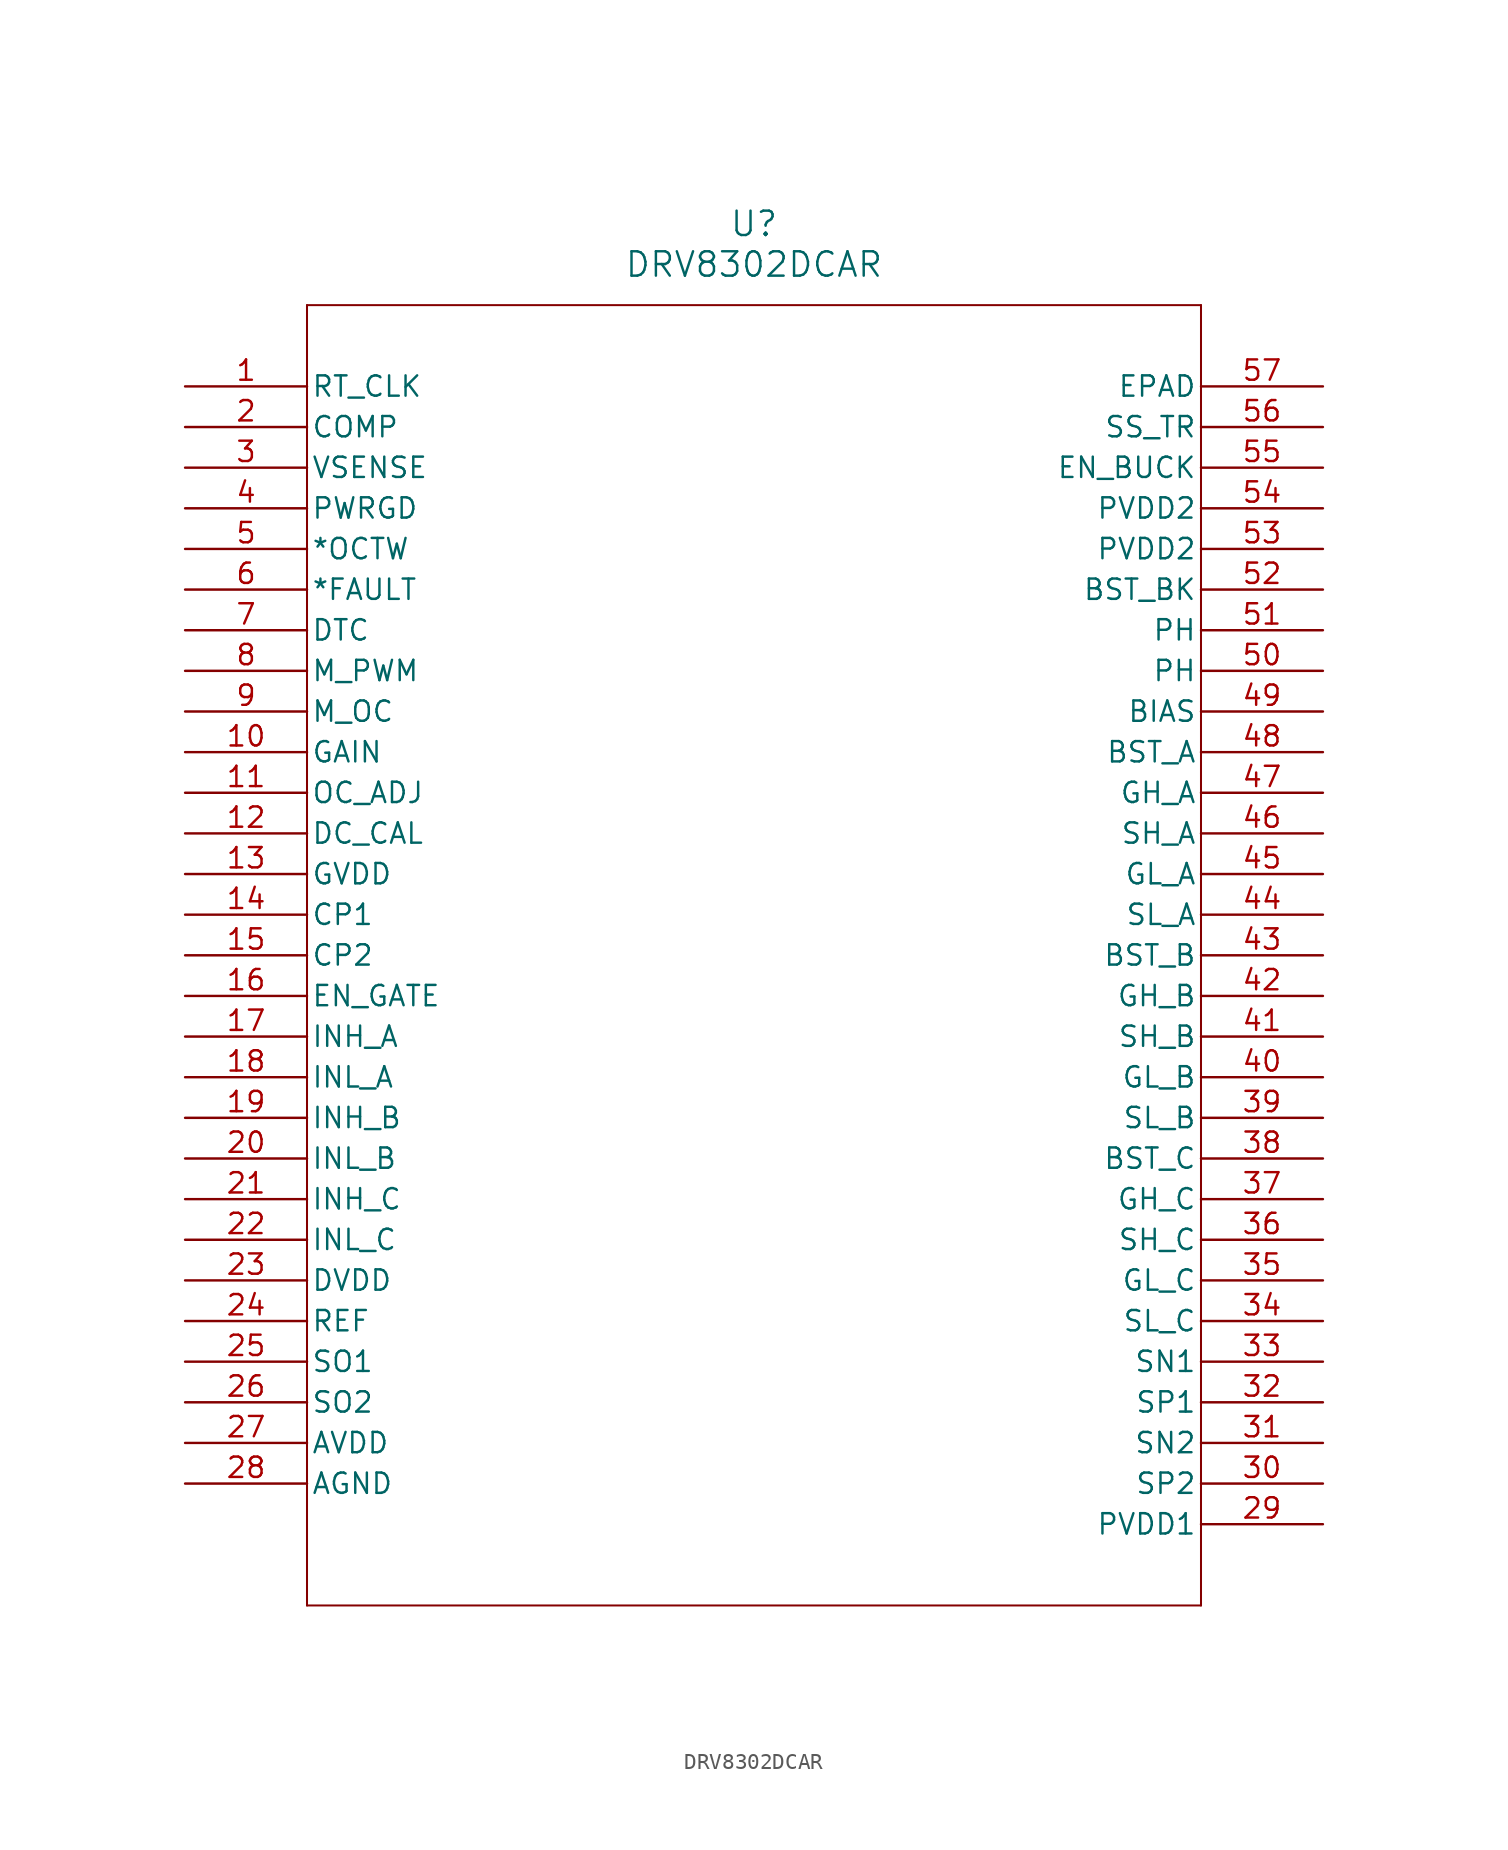
<source format=kicad_sym>
(kicad_symbol_lib
  (version 20211014)
  (generator kicad_symbol_editor)
  (symbol "DRV8302DCAR"
    (pin_names
      (offset 0.254))
    (property "Reference" "U"
      (at 35.56 10.16 0)
      (effects (font (size 1.524 1.524))))
    (property "Value" "DRV8302DCAR"
      (at 35.56 7.62 0)
      (effects (font (size 1.524 1.524))))
    (symbol "DRV8302DCAR_0_1"
      (polyline (pts (xy 7.62 5.08) (xy 7.62 -76.2)) (stroke (width 0.127) (type default) (color 0 0 0 0)) (fill (type none)))
      (polyline (pts (xy 7.62 -76.2) (xy 63.5 -76.2)) (stroke (width 0.127) (type default) (color 0 0 0 0)) (fill (type none)))
      (polyline (pts (xy 63.5 -76.2) (xy 63.5 5.08)) (stroke (width 0.127) (type default) (color 0 0 0 0)) (fill (type none)))
      (polyline (pts (xy 63.5 5.08) (xy 7.62 5.08)) (stroke (width 0.127) (type default) (color 0 0 0 0)) (fill (type none)))
      (pin input line (at 0 0 0) (length 7.62) (name "RT_CLK" (effects (font (size 1.27 1.27)))) (number "1" (effects (font (size 1.27 1.27)))))
      (pin output line (at 0 -2.54 0) (length 7.62) (name "COMP" (effects (font (size 1.27 1.27)))) (number "2" (effects (font (size 1.27 1.27)))))
      (pin input line (at 0 -5.08 0) (length 7.62) (name "VSENSE" (effects (font (size 1.27 1.27)))) (number "3" (effects (font (size 1.27 1.27)))))
      (pin input line (at 0 -7.62 0) (length 7.62) (name "PWRGD" (effects (font (size 1.27 1.27)))) (number "4" (effects (font (size 1.27 1.27)))))
      (pin output line (at 0 -10.16 0) (length 7.62) (name "*OCTW" (effects (font (size 1.27 1.27)))) (number "5" (effects (font (size 1.27 1.27)))))
      (pin output line (at 0 -12.7 0) (length 7.62) (name "*FAULT" (effects (font (size 1.27 1.27)))) (number "6" (effects (font (size 1.27 1.27)))))
      (pin input line (at 0 -15.24 0) (length 7.62) (name "DTC" (effects (font (size 1.27 1.27)))) (number "7" (effects (font (size 1.27 1.27)))))
      (pin input line (at 0 -17.78 0) (length 7.62) (name "M_PWM" (effects (font (size 1.27 1.27)))) (number "8" (effects (font (size 1.27 1.27)))))
      (pin input line (at 0 -20.32 0) (length 7.62) (name "M_OC" (effects (font (size 1.27 1.27)))) (number "9" (effects (font (size 1.27 1.27)))))
      (pin output line (at 0 -22.86 0) (length 7.62) (name "GAIN" (effects (font (size 1.27 1.27)))) (number "10" (effects (font (size 1.27 1.27)))))
      (pin input line (at 0 -25.4 0) (length 7.62) (name "OC_ADJ" (effects (font (size 1.27 1.27)))) (number "11" (effects (font (size 1.27 1.27)))))
      (pin input line (at 0 -27.94 0) (length 7.62) (name "DC_CAL" (effects (font (size 1.27 1.27)))) (number "12" (effects (font (size 1.27 1.27)))))
      (pin power_in line (at 0 -30.48 0) (length 7.62) (name "GVDD" (effects (font (size 1.27 1.27)))) (number "13" (effects (font (size 1.27 1.27)))))
      (pin power_in line (at 0 -33.02 0) (length 7.62) (name "CP1" (effects (font (size 1.27 1.27)))) (number "14" (effects (font (size 1.27 1.27)))))
      (pin power_in line (at 0 -35.56 0) (length 7.62) (name "CP2" (effects (font (size 1.27 1.27)))) (number "15" (effects (font (size 1.27 1.27)))))
      (pin input line (at 0 -38.1 0) (length 7.62) (name "EN_GATE" (effects (font (size 1.27 1.27)))) (number "16" (effects (font (size 1.27 1.27)))))
      (pin input line (at 0 -40.64 0) (length 7.62) (name "INH_A" (effects (font (size 1.27 1.27)))) (number "17" (effects (font (size 1.27 1.27)))))
      (pin input line (at 0 -43.18 0) (length 7.62) (name "INL_A" (effects (font (size 1.27 1.27)))) (number "18" (effects (font (size 1.27 1.27)))))
      (pin input line (at 0 -45.72 0) (length 7.62) (name "INH_B" (effects (font (size 1.27 1.27)))) (number "19" (effects (font (size 1.27 1.27)))))
      (pin input line (at 0 -48.26 0) (length 7.62) (name "INL_B" (effects (font (size 1.27 1.27)))) (number "20" (effects (font (size 1.27 1.27)))))
      (pin input line (at 0 -50.8 0) (length 7.62) (name "INH_C" (effects (font (size 1.27 1.27)))) (number "21" (effects (font (size 1.27 1.27)))))
      (pin input line (at 0 -53.34 0) (length 7.62) (name "INL_C" (effects (font (size 1.27 1.27)))) (number "22" (effects (font (size 1.27 1.27)))))
      (pin power_in line (at 0 -55.88 0) (length 7.62) (name "DVDD" (effects (font (size 1.27 1.27)))) (number "23" (effects (font (size 1.27 1.27)))))
      (pin input line (at 0 -58.42 0) (length 7.62) (name "REF" (effects (font (size 1.27 1.27)))) (number "24" (effects (font (size 1.27 1.27)))))
      (pin output line (at 0 -60.96 0) (length 7.62) (name "SO1" (effects (font (size 1.27 1.27)))) (number "25" (effects (font (size 1.27 1.27)))))
      (pin output line (at 0 -63.5 0) (length 7.62) (name "SO2" (effects (font (size 1.27 1.27)))) (number "26" (effects (font (size 1.27 1.27)))))
      (pin power_in line (at 0 -66.04 0) (length 7.62) (name "AVDD" (effects (font (size 1.27 1.27)))) (number "27" (effects (font (size 1.27 1.27)))))
      (pin power_in line (at 0 -68.58 0) (length 7.62) (name "AGND" (effects (font (size 1.27 1.27)))) (number "28" (effects (font (size 1.27 1.27)))))
      (pin power_in line (at 71.12 -71.12 180) (length 7.62) (name "PVDD1" (effects (font (size 1.27 1.27)))) (number "29" (effects (font (size 1.27 1.27)))))
      (pin input line (at 71.12 -68.58 180) (length 7.62) (name "SP2" (effects (font (size 1.27 1.27)))) (number "30" (effects (font (size 1.27 1.27)))))
      (pin input line (at 71.12 -66.04 180) (length 7.62) (name "SN2" (effects (font (size 1.27 1.27)))) (number "31" (effects (font (size 1.27 1.27)))))
      (pin input line (at 71.12 -63.5 180) (length 7.62) (name "SP1" (effects (font (size 1.27 1.27)))) (number "32" (effects (font (size 1.27 1.27)))))
      (pin input line (at 71.12 -60.96 180) (length 7.62) (name "SN1" (effects (font (size 1.27 1.27)))) (number "33" (effects (font (size 1.27 1.27)))))
      (pin input line (at 71.12 -58.42 180) (length 7.62) (name "SL_C" (effects (font (size 1.27 1.27)))) (number "34" (effects (font (size 1.27 1.27)))))
      (pin output line (at 71.12 -55.88 180) (length 7.62) (name "GL_C" (effects (font (size 1.27 1.27)))) (number "35" (effects (font (size 1.27 1.27)))))
      (pin input line (at 71.12 -53.34 180) (length 7.62) (name "SH_C" (effects (font (size 1.27 1.27)))) (number "36" (effects (font (size 1.27 1.27)))))
      (pin output line (at 71.12 -50.8 180) (length 7.62) (name "GH_C" (effects (font (size 1.27 1.27)))) (number "37" (effects (font (size 1.27 1.27)))))
      (pin power_in line (at 71.12 -48.26 180) (length 7.62) (name "BST_C" (effects (font (size 1.27 1.27)))) (number "38" (effects (font (size 1.27 1.27)))))
      (pin input line (at 71.12 -45.72 180) (length 7.62) (name "SL_B" (effects (font (size 1.27 1.27)))) (number "39" (effects (font (size 1.27 1.27)))))
      (pin output line (at 71.12 -43.18 180) (length 7.62) (name "GL_B" (effects (font (size 1.27 1.27)))) (number "40" (effects (font (size 1.27 1.27)))))
      (pin input line (at 71.12 -40.64 180) (length 7.62) (name "SH_B" (effects (font (size 1.27 1.27)))) (number "41" (effects (font (size 1.27 1.27)))))
      (pin output line (at 71.12 -38.1 180) (length 7.62) (name "GH_B" (effects (font (size 1.27 1.27)))) (number "42" (effects (font (size 1.27 1.27)))))
      (pin power_in line (at 71.12 -35.56 180) (length 7.62) (name "BST_B" (effects (font (size 1.27 1.27)))) (number "43" (effects (font (size 1.27 1.27)))))
      (pin input line (at 71.12 -33.02 180) (length 7.62) (name "SL_A" (effects (font (size 1.27 1.27)))) (number "44" (effects (font (size 1.27 1.27)))))
      (pin output line (at 71.12 -30.48 180) (length 7.62) (name "GL_A" (effects (font (size 1.27 1.27)))) (number "45" (effects (font (size 1.27 1.27)))))
      (pin input line (at 71.12 -27.94 180) (length 7.62) (name "SH_A" (effects (font (size 1.27 1.27)))) (number "46" (effects (font (size 1.27 1.27)))))
      (pin output line (at 71.12 -25.4 180) (length 7.62) (name "GH_A" (effects (font (size 1.27 1.27)))) (number "47" (effects (font (size 1.27 1.27)))))
      (pin power_in line (at 71.12 -22.86 180) (length 7.62) (name "BST_A" (effects (font (size 1.27 1.27)))) (number "48" (effects (font (size 1.27 1.27)))))
      (pin input line (at 71.12 -20.32 180) (length 7.62) (name "BIAS" (effects (font (size 1.27 1.27)))) (number "49" (effects (font (size 1.27 1.27)))))
      (pin output line (at 71.12 -17.78 180) (length 7.62) (name "PH" (effects (font (size 1.27 1.27)))) (number "50" (effects (font (size 1.27 1.27)))))
      (pin output line (at 71.12 -15.24 180) (length 7.62) (name "PH" (effects (font (size 1.27 1.27)))) (number "51" (effects (font (size 1.27 1.27)))))
      (pin power_in line (at 71.12 -12.7 180) (length 7.62) (name "BST_BK" (effects (font (size 1.27 1.27)))) (number "52" (effects (font (size 1.27 1.27)))))
      (pin power_in line (at 71.12 -10.16 180) (length 7.62) (name "PVDD2" (effects (font (size 1.27 1.27)))) (number "53" (effects (font (size 1.27 1.27)))))
      (pin power_in line (at 71.12 -7.62 180) (length 7.62) (name "PVDD2" (effects (font (size 1.27 1.27)))) (number "54" (effects (font (size 1.27 1.27)))))
      (pin input line (at 71.12 -5.08 180) (length 7.62) (name "EN_BUCK" (effects (font (size 1.27 1.27)))) (number "55" (effects (font (size 1.27 1.27)))))
      (pin input line (at 71.12 -2.54 180) (length 7.62) (name "SS_TR" (effects (font (size 1.27 1.27)))) (number "56" (effects (font (size 1.27 1.27)))))
      (pin unspecified line (at 71.12 0 180) (length 7.62) (name "EPAD" (effects (font (size 1.27 1.27)))) (number "57" (effects (font (size 1.27 1.27))))))))
</source>
